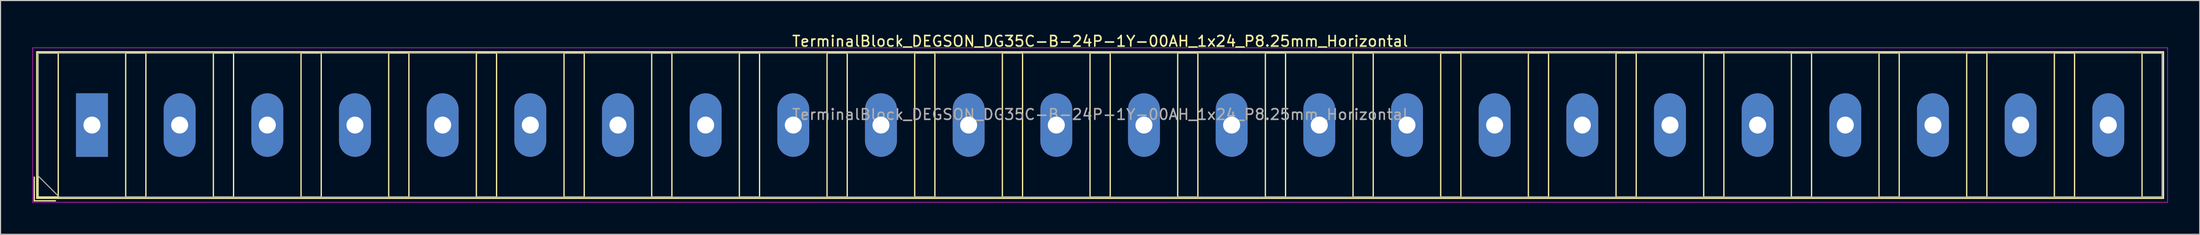
<source format=kicad_pcb>
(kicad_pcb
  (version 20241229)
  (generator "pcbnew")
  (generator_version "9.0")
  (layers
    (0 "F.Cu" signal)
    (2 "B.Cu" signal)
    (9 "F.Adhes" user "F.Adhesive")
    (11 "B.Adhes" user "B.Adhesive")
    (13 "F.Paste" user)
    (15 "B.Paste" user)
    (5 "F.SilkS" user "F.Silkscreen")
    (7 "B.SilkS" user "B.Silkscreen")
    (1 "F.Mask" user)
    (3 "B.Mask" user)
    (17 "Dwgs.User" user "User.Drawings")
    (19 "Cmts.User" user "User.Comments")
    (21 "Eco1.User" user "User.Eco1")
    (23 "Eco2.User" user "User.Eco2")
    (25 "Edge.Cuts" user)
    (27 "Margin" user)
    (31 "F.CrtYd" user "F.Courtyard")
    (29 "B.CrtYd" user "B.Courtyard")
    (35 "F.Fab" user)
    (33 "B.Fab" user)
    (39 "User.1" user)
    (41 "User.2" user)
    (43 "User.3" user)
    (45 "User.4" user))
  (footprint "TerminalBlock_DEGSON_DG35C-B-24P-1Y-00AH_1x24_P8.25mm_Horizontal"
    (layer "F.Cu")
    (at 5.605 8.768)
    (property "Reference" "TerminalBlock_DEGSON_DG35C-B-24P-1Y-00AH_1x24_P8.25mm_Horizontal" (at 94.875 -7.92 0) (layer "F.SilkS") (effects (font (size 1 1) (thickness 0.15))))
    (attr through_hole)
    (fp_line (start -1.98 -3.48) (end -1.98 3.48) (stroke (width 0.01) (type solid)) (layer "F.Mask"))
    (fp_line (start -1.98 3.48) (end 1.98 3.48) (stroke (width 0.01) (type solid)) (layer "F.Mask"))
    (fp_line (start 1.98 -3.48) (end -1.98 -3.48) (stroke (width 0.01) (type solid)) (layer "F.Mask"))
    (fp_line (start 1.98 3.48) (end 1.98 -3.48) (stroke (width 0.01) (type solid)) (layer "F.Mask"))
    (fp_line (start 6.27 -3.48) (end 6.27 3.48) (stroke (width 0.01) (type solid)) (layer "F.Mask"))
    (fp_line (start 6.27 3.48) (end 10.23 3.48) (stroke (width 0.01) (type solid)) (layer "F.Mask"))
    (fp_line (start 10.23 -3.48) (end 6.27 -3.48) (stroke (width 0.01) (type solid)) (layer "F.Mask"))
    (fp_line (start 10.23 3.48) (end 10.23 -3.48) (stroke (width 0.01) (type solid)) (layer "F.Mask"))
    (fp_line (start 14.52 -3.48) (end 14.52 3.48) (stroke (width 0.01) (type solid)) (layer "F.Mask"))
    (fp_line (start 14.52 3.48) (end 18.48 3.48) (stroke (width 0.01) (type solid)) (layer "F.Mask"))
    (fp_line (start 18.48 -3.48) (end 14.52 -3.48) (stroke (width 0.01) (type solid)) (layer "F.Mask"))
    (fp_line (start 18.48 3.48) (end 18.48 -3.48) (stroke (width 0.01) (type solid)) (layer "F.Mask"))
    (fp_line (start 22.77 -3.48) (end 22.77 3.48) (stroke (width 0.01) (type solid)) (layer "F.Mask"))
    (fp_line (start 22.77 3.48) (end 26.73 3.48) (stroke (width 0.01) (type solid)) (layer "F.Mask"))
    (fp_line (start 26.73 -3.48) (end 22.77 -3.48) (stroke (width 0.01) (type solid)) (layer "F.Mask"))
    (fp_line (start 26.73 3.48) (end 26.73 -3.48) (stroke (width 0.01) (type solid)) (layer "F.Mask"))
    (fp_line (start 31.02 -3.48) (end 31.02 3.48) (stroke (width 0.01) (type solid)) (layer "F.Mask"))
    (fp_line (start 31.02 3.48) (end 34.98 3.48) (stroke (width 0.01) (type solid)) (layer "F.Mask"))
    (fp_line (start 34.98 -3.48) (end 31.02 -3.48) (stroke (width 0.01) (type solid)) (layer "F.Mask"))
    (fp_line (start 34.98 3.48) (end 34.98 -3.48) (stroke (width 0.01) (type solid)) (layer "F.Mask"))
    (fp_line (start 39.27 -3.48) (end 39.27 3.48) (stroke (width 0.01) (type solid)) (layer "F.Mask"))
    (fp_line (start 39.27 3.48) (end 43.23 3.48) (stroke (width 0.01) (type solid)) (layer "F.Mask"))
    (fp_line (start 43.23 -3.48) (end 39.27 -3.48) (stroke (width 0.01) (type solid)) (layer "F.Mask"))
    (fp_line (start 43.23 3.48) (end 43.23 -3.48) (stroke (width 0.01) (type solid)) (layer "F.Mask"))
    (fp_line (start 47.52 -3.48) (end 47.52 3.48) (stroke (width 0.01) (type solid)) (layer "F.Mask"))
    (fp_line (start 47.52 3.48) (end 51.48 3.48) (stroke (width 0.01) (type solid)) (layer "F.Mask"))
    (fp_line (start 51.48 -3.48) (end 47.52 -3.48) (stroke (width 0.01) (type solid)) (layer "F.Mask"))
    (fp_line (start 51.48 3.48) (end 51.48 -3.48) (stroke (width 0.01) (type solid)) (layer "F.Mask"))
    (fp_line (start 55.77 -3.48) (end 55.77 3.48) (stroke (width 0.01) (type solid)) (layer "F.Mask"))
    (fp_line (start 55.77 3.48) (end 59.73 3.48) (stroke (width 0.01) (type solid)) (layer "F.Mask"))
    (fp_line (start 59.73 -3.48) (end 55.77 -3.48) (stroke (width 0.01) (type solid)) (layer "F.Mask"))
    (fp_line (start 59.73 3.48) (end 59.73 -3.48) (stroke (width 0.01) (type solid)) (layer "F.Mask"))
    (fp_line (start 64.02 -3.48) (end 64.02 3.48) (stroke (width 0.01) (type solid)) (layer "F.Mask"))
    (fp_line (start 64.02 3.48) (end 67.98 3.48) (stroke (width 0.01) (type solid)) (layer "F.Mask"))
    (fp_line (start 67.98 -3.48) (end 64.02 -3.48) (stroke (width 0.01) (type solid)) (layer "F.Mask"))
    (fp_line (start 67.98 3.48) (end 67.98 -3.48) (stroke (width 0.01) (type solid)) (layer "F.Mask"))
    (fp_line (start 72.27 -3.48) (end 72.27 3.48) (stroke (width 0.01) (type solid)) (layer "F.Mask"))
    (fp_line (start 72.27 3.48) (end 76.23 3.48) (stroke (width 0.01) (type solid)) (layer "F.Mask"))
    (fp_line (start 76.23 -3.48) (end 72.27 -3.48) (stroke (width 0.01) (type solid)) (layer "F.Mask"))
    (fp_line (start 76.23 3.48) (end 76.23 -3.48) (stroke (width 0.01) (type solid)) (layer "F.Mask"))
    (fp_line (start 80.52 -3.48) (end 80.52 3.48) (stroke (width 0.01) (type solid)) (layer "F.Mask"))
    (fp_line (start 80.52 3.48) (end 84.48 3.48) (stroke (width 0.01) (type solid)) (layer "F.Mask"))
    (fp_line (start 84.48 -3.48) (end 80.52 -3.48) (stroke (width 0.01) (type solid)) (layer "F.Mask"))
    (fp_line (start 84.48 3.48) (end 84.48 -3.48) (stroke (width 0.01) (type solid)) (layer "F.Mask"))
    (fp_line (start 88.77 -3.48) (end 88.77 3.48) (stroke (width 0.01) (type solid)) (layer "F.Mask"))
    (fp_line (start 88.77 3.48) (end 92.73 3.48) (stroke (width 0.01) (type solid)) (layer "F.Mask"))
    (fp_line (start 92.73 -3.48) (end 88.77 -3.48) (stroke (width 0.01) (type solid)) (layer "F.Mask"))
    (fp_line (start 92.73 3.48) (end 92.73 -3.48) (stroke (width 0.01) (type solid)) (layer "F.Mask"))
    (fp_line (start 97.02 -3.48) (end 97.02 3.48) (stroke (width 0.01) (type solid)) (layer "F.Mask"))
    (fp_line (start 97.02 3.48) (end 100.98 3.48) (stroke (width 0.01) (type solid)) (layer "F.Mask"))
    (fp_line (start 100.98 -3.48) (end 97.02 -3.48) (stroke (width 0.01) (type solid)) (layer "F.Mask"))
    (fp_line (start 100.98 3.48) (end 100.98 -3.48) (stroke (width 0.01) (type solid)) (layer "F.Mask"))
    (fp_line (start 105.27 -3.48) (end 105.27 3.48) (stroke (width 0.01) (type solid)) (layer "F.Mask"))
    (fp_line (start 105.27 3.48) (end 109.23 3.48) (stroke (width 0.01) (type solid)) (layer "F.Mask"))
    (fp_line (start 109.23 -3.48) (end 105.27 -3.48) (stroke (width 0.01) (type solid)) (layer "F.Mask"))
    (fp_line (start 109.23 3.48) (end 109.23 -3.48) (stroke (width 0.01) (type solid)) (layer "F.Mask"))
    (fp_line (start 113.52 -3.48) (end 113.52 3.48) (stroke (width 0.01) (type solid)) (layer "F.Mask"))
    (fp_line (start 113.52 3.48) (end 117.48 3.48) (stroke (width 0.01) (type solid)) (layer "F.Mask"))
    (fp_line (start 117.48 -3.48) (end 113.52 -3.48) (stroke (width 0.01) (type solid)) (layer "F.Mask"))
    (fp_line (start 117.48 3.48) (end 117.48 -3.48) (stroke (width 0.01) (type solid)) (layer "F.Mask"))
    (fp_line (start 121.77 -3.48) (end 121.77 3.48) (stroke (width 0.01) (type solid)) (layer "F.Mask"))
    (fp_line (start 121.77 3.48) (end 125.73 3.48) (stroke (width 0.01) (type solid)) (layer "F.Mask"))
    (fp_line (start 125.73 -3.48) (end 121.77 -3.48) (stroke (width 0.01) (type solid)) (layer "F.Mask"))
    (fp_line (start 125.73 3.48) (end 125.73 -3.48) (stroke (width 0.01) (type solid)) (layer "F.Mask"))
    (fp_line (start 130.02 -3.48) (end 130.02 3.48) (stroke (width 0.01) (type solid)) (layer "F.Mask"))
    (fp_line (start 130.02 3.48) (end 133.98 3.48) (stroke (width 0.01) (type solid)) (layer "F.Mask"))
    (fp_line (start 133.98 -3.48) (end 130.02 -3.48) (stroke (width 0.01) (type solid)) (layer "F.Mask"))
    (fp_line (start 133.98 3.48) (end 133.98 -3.48) (stroke (width 0.01) (type solid)) (layer "F.Mask"))
    (fp_line (start 138.27 -3.48) (end 138.27 3.48) (stroke (width 0.01) (type solid)) (layer "F.Mask"))
    (fp_line (start 138.27 3.48) (end 142.23 3.48) (stroke (width 0.01) (type solid)) (layer "F.Mask"))
    (fp_line (start 142.23 -3.48) (end 138.27 -3.48) (stroke (width 0.01) (type solid)) (layer "F.Mask"))
    (fp_line (start 142.23 3.48) (end 142.23 -3.48) (stroke (width 0.01) (type solid)) (layer "F.Mask"))
    (fp_line (start 146.52 -3.48) (end 146.52 3.48) (stroke (width 0.01) (type solid)) (layer "F.Mask"))
    (fp_line (start 146.52 3.48) (end 150.48 3.48) (stroke (width 0.01) (type solid)) (layer "F.Mask"))
    (fp_line (start 150.48 -3.48) (end 146.52 -3.48) (stroke (width 0.01) (type solid)) (layer "F.Mask"))
    (fp_line (start 150.48 3.48) (end 150.48 -3.48) (stroke (width 0.01) (type solid)) (layer "F.Mask"))
    (fp_line (start 154.77 -3.48) (end 154.77 3.48) (stroke (width 0.01) (type solid)) (layer "F.Mask"))
    (fp_line (start 154.77 3.48) (end 158.73 3.48) (stroke (width 0.01) (type solid)) (layer "F.Mask"))
    (fp_line (start 158.73 -3.48) (end 154.77 -3.48) (stroke (width 0.01) (type solid)) (layer "F.Mask"))
    (fp_line (start 158.73 3.48) (end 158.73 -3.48) (stroke (width 0.01) (type solid)) (layer "F.Mask"))
    (fp_line (start 163.02 -3.48) (end 163.02 3.48) (stroke (width 0.01) (type solid)) (layer "F.Mask"))
    (fp_line (start 163.02 3.48) (end 166.98 3.48) (stroke (width 0.01) (type solid)) (layer "F.Mask"))
    (fp_line (start 166.98 -3.48) (end 163.02 -3.48) (stroke (width 0.01) (type solid)) (layer "F.Mask"))
    (fp_line (start 166.98 3.48) (end 166.98 -3.48) (stroke (width 0.01) (type solid)) (layer "F.Mask"))
    (fp_line (start 171.27 -3.48) (end 171.27 3.48) (stroke (width 0.01) (type solid)) (layer "F.Mask"))
    (fp_line (start 171.27 3.48) (end 175.23 3.48) (stroke (width 0.01) (type solid)) (layer "F.Mask"))
    (fp_line (start 175.23 -3.48) (end 171.27 -3.48) (stroke (width 0.01) (type solid)) (layer "F.Mask"))
    (fp_line (start 175.23 3.48) (end 175.23 -3.48) (stroke (width 0.01) (type solid)) (layer "F.Mask"))
    (fp_line (start 179.52 -3.48) (end 179.52 3.48) (stroke (width 0.01) (type solid)) (layer "F.Mask"))
    (fp_line (start 179.52 3.48) (end 183.48 3.48) (stroke (width 0.01) (type solid)) (layer "F.Mask"))
    (fp_line (start 183.48 -3.48) (end 179.52 -3.48) (stroke (width 0.01) (type solid)) (layer "F.Mask"))
    (fp_line (start 183.48 3.48) (end 183.48 -3.48) (stroke (width 0.01) (type solid)) (layer "F.Mask"))
    (fp_line (start 187.77 -3.48) (end 187.77 3.48) (stroke (width 0.01) (type solid)) (layer "F.Mask"))
    (fp_line (start 187.77 3.48) (end 191.73 3.48) (stroke (width 0.01) (type solid)) (layer "F.Mask"))
    (fp_line (start 191.73 -3.48) (end 187.77 -3.48) (stroke (width 0.01) (type solid)) (layer "F.Mask"))
    (fp_line (start 191.73 3.48) (end 191.73 -3.48) (stroke (width 0.01) (type solid)) (layer "F.Mask"))
    (fp_line (start -5.435 4.92) (end -5.435 7.16) (stroke (width 0.12) (type solid)) (layer "F.SilkS"))
    (fp_line (start -5.435 7.16) (end -3.435 7.16) (stroke (width 0.12) (type solid)) (layer "F.SilkS"))
    (fp_line (start -5.195 -6.92) (end -5.195 6.92) (stroke (width 0.12) (type solid)) (layer "F.SilkS"))
    (fp_line (start -5.195 -6.92) (end 194.946 -6.92) (stroke (width 0.12) (type solid)) (layer "F.SilkS"))
    (fp_line (start -5.195 6.92) (end 194.946 6.92) (stroke (width 0.12) (type solid)) (layer "F.SilkS"))
    (fp_line (start -5.075 -6.8) (end -5.075 6.8) (stroke (width 0.12) (type solid)) (layer "F.SilkS"))
    (fp_line (start -5.075 6.8) (end -3.175 6.8) (stroke (width 0.12) (type solid)) (layer "F.SilkS"))
    (fp_line (start -3.175 -6.8) (end -5.075 -6.8) (stroke (width 0.12) (type solid)) (layer "F.SilkS"))
    (fp_line (start -3.175 6.8) (end -3.175 -6.8) (stroke (width 0.12) (type solid)) (layer "F.SilkS"))
    (fp_line (start 3.175 -6.8) (end 3.175 6.8) (stroke (width 0.12) (type solid)) (layer "F.SilkS"))
    (fp_line (start 3.175 6.8) (end 5.075 6.8) (stroke (width 0.12) (type solid)) (layer "F.SilkS"))
    (fp_line (start 5.075 -6.8) (end 3.175 -6.8) (stroke (width 0.12) (type solid)) (layer "F.SilkS"))
    (fp_line (start 5.075 6.8) (end 5.075 -6.8) (stroke (width 0.12) (type solid)) (layer "F.SilkS"))
    (fp_line (start 11.425 -6.8) (end 11.425 6.8) (stroke (width 0.12) (type solid)) (layer "F.SilkS"))
    (fp_line (start 11.425 6.8) (end 13.325 6.8) (stroke (width 0.12) (type solid)) (layer "F.SilkS"))
    (fp_line (start 13.325 -6.8) (end 11.425 -6.8) (stroke (width 0.12) (type solid)) (layer "F.SilkS"))
    (fp_line (start 13.325 6.8) (end 13.325 -6.8) (stroke (width 0.12) (type solid)) (layer "F.SilkS"))
    (fp_line (start 19.675 -6.8) (end 19.675 6.8) (stroke (width 0.12) (type solid)) (layer "F.SilkS"))
    (fp_line (start 19.675 6.8) (end 21.575 6.8) (stroke (width 0.12) (type solid)) (layer "F.SilkS"))
    (fp_line (start 21.575 -6.8) (end 19.675 -6.8) (stroke (width 0.12) (type solid)) (layer "F.SilkS"))
    (fp_line (start 21.575 6.8) (end 21.575 -6.8) (stroke (width 0.12) (type solid)) (layer "F.SilkS"))
    (fp_line (start 27.925 -6.8) (end 27.925 6.8) (stroke (width 0.12) (type solid)) (layer "F.SilkS"))
    (fp_line (start 27.925 6.8) (end 29.825 6.8) (stroke (width 0.12) (type solid)) (layer "F.SilkS"))
    (fp_line (start 29.825 -6.8) (end 27.925 -6.8) (stroke (width 0.12) (type solid)) (layer "F.SilkS"))
    (fp_line (start 29.825 6.8) (end 29.825 -6.8) (stroke (width 0.12) (type solid)) (layer "F.SilkS"))
    (fp_line (start 36.175 -6.8) (end 36.175 6.8) (stroke (width 0.12) (type solid)) (layer "F.SilkS"))
    (fp_line (start 36.175 6.8) (end 38.075 6.8) (stroke (width 0.12) (type solid)) (layer "F.SilkS"))
    (fp_line (start 38.075 -6.8) (end 36.175 -6.8) (stroke (width 0.12) (type solid)) (layer "F.SilkS"))
    (fp_line (start 38.075 6.8) (end 38.075 -6.8) (stroke (width 0.12) (type solid)) (layer "F.SilkS"))
    (fp_line (start 44.425 -6.8) (end 44.425 6.8) (stroke (width 0.12) (type solid)) (layer "F.SilkS"))
    (fp_line (start 44.425 6.8) (end 46.325 6.8) (stroke (width 0.12) (type solid)) (layer "F.SilkS"))
    (fp_line (start 46.325 -6.8) (end 44.425 -6.8) (stroke (width 0.12) (type solid)) (layer "F.SilkS"))
    (fp_line (start 46.325 6.8) (end 46.325 -6.8) (stroke (width 0.12) (type solid)) (layer "F.SilkS"))
    (fp_line (start 52.675 -6.8) (end 52.675 6.8) (stroke (width 0.12) (type solid)) (layer "F.SilkS"))
    (fp_line (start 52.675 6.8) (end 54.575 6.8) (stroke (width 0.12) (type solid)) (layer "F.SilkS"))
    (fp_line (start 54.575 -6.8) (end 52.675 -6.8) (stroke (width 0.12) (type solid)) (layer "F.SilkS"))
    (fp_line (start 54.575 6.8) (end 54.575 -6.8) (stroke (width 0.12) (type solid)) (layer "F.SilkS"))
    (fp_line (start 60.925 -6.8) (end 60.925 6.8) (stroke (width 0.12) (type solid)) (layer "F.SilkS"))
    (fp_line (start 60.925 6.8) (end 62.825 6.8) (stroke (width 0.12) (type solid)) (layer "F.SilkS"))
    (fp_line (start 62.825 -6.8) (end 60.925 -6.8) (stroke (width 0.12) (type solid)) (layer "F.SilkS"))
    (fp_line (start 62.825 6.8) (end 62.825 -6.8) (stroke (width 0.12) (type solid)) (layer "F.SilkS"))
    (fp_line (start 69.175 -6.8) (end 69.175 6.8) (stroke (width 0.12) (type solid)) (layer "F.SilkS"))
    (fp_line (start 69.175 6.8) (end 71.075 6.8) (stroke (width 0.12) (type solid)) (layer "F.SilkS"))
    (fp_line (start 71.075 -6.8) (end 69.175 -6.8) (stroke (width 0.12) (type solid)) (layer "F.SilkS"))
    (fp_line (start 71.075 6.8) (end 71.075 -6.8) (stroke (width 0.12) (type solid)) (layer "F.SilkS"))
    (fp_line (start 77.425 -6.8) (end 77.425 6.8) (stroke (width 0.12) (type solid)) (layer "F.SilkS"))
    (fp_line (start 77.425 6.8) (end 79.325 6.8) (stroke (width 0.12) (type solid)) (layer "F.SilkS"))
    (fp_line (start 79.325 -6.8) (end 77.425 -6.8) (stroke (width 0.12) (type solid)) (layer "F.SilkS"))
    (fp_line (start 79.325 6.8) (end 79.325 -6.8) (stroke (width 0.12) (type solid)) (layer "F.SilkS"))
    (fp_line (start 85.675 -6.8) (end 85.675 6.8) (stroke (width 0.12) (type solid)) (layer "F.SilkS"))
    (fp_line (start 85.675 6.8) (end 87.575 6.8) (stroke (width 0.12) (type solid)) (layer "F.SilkS"))
    (fp_line (start 87.575 -6.8) (end 85.675 -6.8) (stroke (width 0.12) (type solid)) (layer "F.SilkS"))
    (fp_line (start 87.575 6.8) (end 87.575 -6.8) (stroke (width 0.12) (type solid)) (layer "F.SilkS"))
    (fp_line (start 93.925 -6.8) (end 93.925 6.8) (stroke (width 0.12) (type solid)) (layer "F.SilkS"))
    (fp_line (start 93.925 6.8) (end 95.825 6.8) (stroke (width 0.12) (type solid)) (layer "F.SilkS"))
    (fp_line (start 95.825 -6.8) (end 93.925 -6.8) (stroke (width 0.12) (type solid)) (layer "F.SilkS"))
    (fp_line (start 95.825 6.8) (end 95.825 -6.8) (stroke (width 0.12) (type solid)) (layer "F.SilkS"))
    (fp_line (start 102.175 -6.8) (end 102.175 6.8) (stroke (width 0.12) (type solid)) (layer "F.SilkS"))
    (fp_line (start 102.175 6.8) (end 104.075 6.8) (stroke (width 0.12) (type solid)) (layer "F.SilkS"))
    (fp_line (start 104.075 -6.8) (end 102.175 -6.8) (stroke (width 0.12) (type solid)) (layer "F.SilkS"))
    (fp_line (start 104.075 6.8) (end 104.075 -6.8) (stroke (width 0.12) (type solid)) (layer "F.SilkS"))
    (fp_line (start 110.425 -6.8) (end 110.425 6.8) (stroke (width 0.12) (type solid)) (layer "F.SilkS"))
    (fp_line (start 110.425 6.8) (end 112.325 6.8) (stroke (width 0.12) (type solid)) (layer "F.SilkS"))
    (fp_line (start 112.325 -6.8) (end 110.425 -6.8) (stroke (width 0.12) (type solid)) (layer "F.SilkS"))
    (fp_line (start 112.325 6.8) (end 112.325 -6.8) (stroke (width 0.12) (type solid)) (layer "F.SilkS"))
    (fp_line (start 118.675 -6.8) (end 118.675 6.8) (stroke (width 0.12) (type solid)) (layer "F.SilkS"))
    (fp_line (start 118.675 6.8) (end 120.575 6.8) (stroke (width 0.12) (type solid)) (layer "F.SilkS"))
    (fp_line (start 120.575 -6.8) (end 118.675 -6.8) (stroke (width 0.12) (type solid)) (layer "F.SilkS"))
    (fp_line (start 120.575 6.8) (end 120.575 -6.8) (stroke (width 0.12) (type solid)) (layer "F.SilkS"))
    (fp_line (start 126.925 -6.8) (end 126.925 6.8) (stroke (width 0.12) (type solid)) (layer "F.SilkS"))
    (fp_line (start 126.925 6.8) (end 128.825 6.8) (stroke (width 0.12) (type solid)) (layer "F.SilkS"))
    (fp_line (start 128.825 -6.8) (end 126.925 -6.8) (stroke (width 0.12) (type solid)) (layer "F.SilkS"))
    (fp_line (start 128.825 6.8) (end 128.825 -6.8) (stroke (width 0.12) (type solid)) (layer "F.SilkS"))
    (fp_line (start 135.175 -6.8) (end 135.175 6.8) (stroke (width 0.12) (type solid)) (layer "F.SilkS"))
    (fp_line (start 135.175 6.8) (end 137.075 6.8) (stroke (width 0.12) (type solid)) (layer "F.SilkS"))
    (fp_line (start 137.075 -6.8) (end 135.175 -6.8) (stroke (width 0.12) (type solid)) (layer "F.SilkS"))
    (fp_line (start 137.075 6.8) (end 137.075 -6.8) (stroke (width 0.12) (type solid)) (layer "F.SilkS"))
    (fp_line (start 143.425 -6.8) (end 143.425 6.8) (stroke (width 0.12) (type solid)) (layer "F.SilkS"))
    (fp_line (start 143.425 6.8) (end 145.325 6.8) (stroke (width 0.12) (type solid)) (layer "F.SilkS"))
    (fp_line (start 145.325 -6.8) (end 143.425 -6.8) (stroke (width 0.12) (type solid)) (layer "F.SilkS"))
    (fp_line (start 145.325 6.8) (end 145.325 -6.8) (stroke (width 0.12) (type solid)) (layer "F.SilkS"))
    (fp_line (start 151.675 -6.8) (end 151.675 6.8) (stroke (width 0.12) (type solid)) (layer "F.SilkS"))
    (fp_line (start 151.675 6.8) (end 153.575 6.8) (stroke (width 0.12) (type solid)) (layer "F.SilkS"))
    (fp_line (start 153.575 -6.8) (end 151.675 -6.8) (stroke (width 0.12) (type solid)) (layer "F.SilkS"))
    (fp_line (start 153.575 6.8) (end 153.575 -6.8) (stroke (width 0.12) (type solid)) (layer "F.SilkS"))
    (fp_line (start 159.925 -6.8) (end 159.925 6.8) (stroke (width 0.12) (type solid)) (layer "F.SilkS"))
    (fp_line (start 159.925 6.8) (end 161.825 6.8) (stroke (width 0.12) (type solid)) (layer "F.SilkS"))
    (fp_line (start 161.825 -6.8) (end 159.925 -6.8) (stroke (width 0.12) (type solid)) (layer "F.SilkS"))
    (fp_line (start 161.825 6.8) (end 161.825 -6.8) (stroke (width 0.12) (type solid)) (layer "F.SilkS"))
    (fp_line (start 168.175 -6.8) (end 168.175 6.8) (stroke (width 0.12) (type solid)) (layer "F.SilkS"))
    (fp_line (start 168.175 6.8) (end 170.075 6.8) (stroke (width 0.12) (type solid)) (layer "F.SilkS"))
    (fp_line (start 170.075 -6.8) (end 168.175 -6.8) (stroke (width 0.12) (type solid)) (layer "F.SilkS"))
    (fp_line (start 170.075 6.8) (end 170.075 -6.8) (stroke (width 0.12) (type solid)) (layer "F.SilkS"))
    (fp_line (start 176.425 -6.8) (end 176.425 6.8) (stroke (width 0.12) (type solid)) (layer "F.SilkS"))
    (fp_line (start 176.425 6.8) (end 178.325 6.8) (stroke (width 0.12) (type solid)) (layer "F.SilkS"))
    (fp_line (start 178.325 -6.8) (end 176.425 -6.8) (stroke (width 0.12) (type solid)) (layer "F.SilkS"))
    (fp_line (start 178.325 6.8) (end 178.325 -6.8) (stroke (width 0.12) (type solid)) (layer "F.SilkS"))
    (fp_line (start 184.675 -6.8) (end 184.675 6.8) (stroke (width 0.12) (type solid)) (layer "F.SilkS"))
    (fp_line (start 184.675 6.8) (end 186.575 6.8) (stroke (width 0.12) (type solid)) (layer "F.SilkS"))
    (fp_line (start 186.575 -6.8) (end 184.675 -6.8) (stroke (width 0.12) (type solid)) (layer "F.SilkS"))
    (fp_line (start 186.575 6.8) (end 186.575 -6.8) (stroke (width 0.12) (type solid)) (layer "F.SilkS"))
    (fp_line (start 192.925 -6.8) (end 192.925 6.8) (stroke (width 0.12) (type solid)) (layer "F.SilkS"))
    (fp_line (start 192.925 6.8) (end 194.825 6.8) (stroke (width 0.12) (type solid)) (layer "F.SilkS"))
    (fp_line (start 194.825 -6.8) (end 192.925 -6.8) (stroke (width 0.12) (type solid)) (layer "F.SilkS"))
    (fp_line (start 194.825 6.8) (end 194.825 -6.8) (stroke (width 0.12) (type solid)) (layer "F.SilkS"))
    (fp_line (start 194.946 -6.92) (end 194.946 6.92) (stroke (width 0.12) (type solid)) (layer "F.SilkS"))
    (fp_line (start -5.58 -7.3) (end -5.58 7.3) (stroke (width 0.05) (type solid)) (layer "F.CrtYd"))
    (fp_line (start -5.58 7.3) (end 195.33 7.3) (stroke (width 0.05) (type solid)) (layer "F.CrtYd"))
    (fp_line (start 195.33 -7.3) (end -5.58 -7.3) (stroke (width 0.05) (type solid)) (layer "F.CrtYd"))
    (fp_line (start 195.33 7.3) (end 195.33 -7.3) (stroke (width 0.05) (type solid)) (layer "F.CrtYd"))
    (fp_line (start -5.075 -6.8) (end 194.825 -6.8) (stroke (width 0.1) (type solid)) (layer "F.Fab"))
    (fp_line (start -5.075 4.8) (end -5.075 -6.8) (stroke (width 0.1) (type solid)) (layer "F.Fab"))
    (fp_line (start -3.075 6.8) (end -5.075 4.8) (stroke (width 0.1) (type solid)) (layer "F.Fab"))
    (fp_line (start 194.825 -6.8) (end 194.825 6.8) (stroke (width 0.1) (type solid)) (layer "F.Fab"))
    (fp_line (start 194.825 6.8) (end -3.075 6.8) (stroke (width 0.1) (type solid)) (layer "F.Fab"))
    (fp_text user "${REFERENCE}" (at 94.875 -1 0) (layer "F.Fab") (effects (font (size 1 1) (thickness 0.15))))
    (pad "1" thru_hole rect (at 0 0) (size 3 6) (drill 1.6) (layers "*.Cu" "*.Mask"))
    (pad "2" thru_hole oval (at 8.25 0) (size 3 6) (drill 1.6) (layers "*.Cu" "*.Mask"))
    (pad "3" thru_hole oval (at 16.5 0) (size 3 6) (drill 1.6) (layers "*.Cu" "*.Mask"))
    (pad "4" thru_hole oval (at 24.75 0) (size 3 6) (drill 1.6) (layers "*.Cu" "*.Mask"))
    (pad "5" thru_hole oval (at 33 0) (size 3 6) (drill 1.6) (layers "*.Cu" "*.Mask"))
    (pad "6" thru_hole oval (at 41.25 0) (size 3 6) (drill 1.6) (layers "*.Cu" "*.Mask"))
    (pad "7" thru_hole oval (at 49.5 0) (size 3 6) (drill 1.6) (layers "*.Cu" "*.Mask"))
    (pad "8" thru_hole oval (at 57.75 0) (size 3 6) (drill 1.6) (layers "*.Cu" "*.Mask"))
    (pad "9" thru_hole oval (at 66 0) (size 3 6) (drill 1.6) (layers "*.Cu" "*.Mask"))
    (pad "10" thru_hole oval (at 74.25 0) (size 3 6) (drill 1.6) (layers "*.Cu" "*.Mask"))
    (pad "11" thru_hole oval (at 82.5 0) (size 3 6) (drill 1.6) (layers "*.Cu" "*.Mask"))
    (pad "12" thru_hole oval (at 90.75 0) (size 3 6) (drill 1.6) (layers "*.Cu" "*.Mask"))
    (pad "13" thru_hole oval (at 99 0) (size 3 6) (drill 1.6) (layers "*.Cu" "*.Mask"))
    (pad "14" thru_hole oval (at 107.25 0) (size 3 6) (drill 1.6) (layers "*.Cu" "*.Mask"))
    (pad "15" thru_hole oval (at 115.5 0) (size 3 6) (drill 1.6) (layers "*.Cu" "*.Mask"))
    (pad "16" thru_hole oval (at 123.75 0) (size 3 6) (drill 1.6) (layers "*.Cu" "*.Mask"))
    (pad "17" thru_hole oval (at 132 0) (size 3 6) (drill 1.6) (layers "*.Cu" "*.Mask"))
    (pad "18" thru_hole oval (at 140.25 0) (size 3 6) (drill 1.6) (layers "*.Cu" "*.Mask"))
    (pad "19" thru_hole oval (at 148.5 0) (size 3 6) (drill 1.6) (layers "*.Cu" "*.Mask"))
    (pad "20" thru_hole oval (at 156.75 0) (size 3 6) (drill 1.6) (layers "*.Cu" "*.Mask"))
    (pad "21" thru_hole oval (at 165 0) (size 3 6) (drill 1.6) (layers "*.Cu" "*.Mask"))
    (pad "22" thru_hole oval (at 173.25 0) (size 3 6) (drill 1.6) (layers "*.Cu" "*.Mask"))
    (pad "23" thru_hole oval (at 181.5 0) (size 3 6) (drill 1.6) (layers "*.Cu" "*.Mask"))
    (pad "24" thru_hole oval (at 189.75 0) (size 3 6) (drill 1.6) (layers "*.Cu" "*.Mask")))
  (gr_rect
    (start -3 -3)
    (end 203.96 19.093)
    (stroke (width 0.1) (type default))
    (fill no)
    (layer "Edge.Cuts")))
</source>
